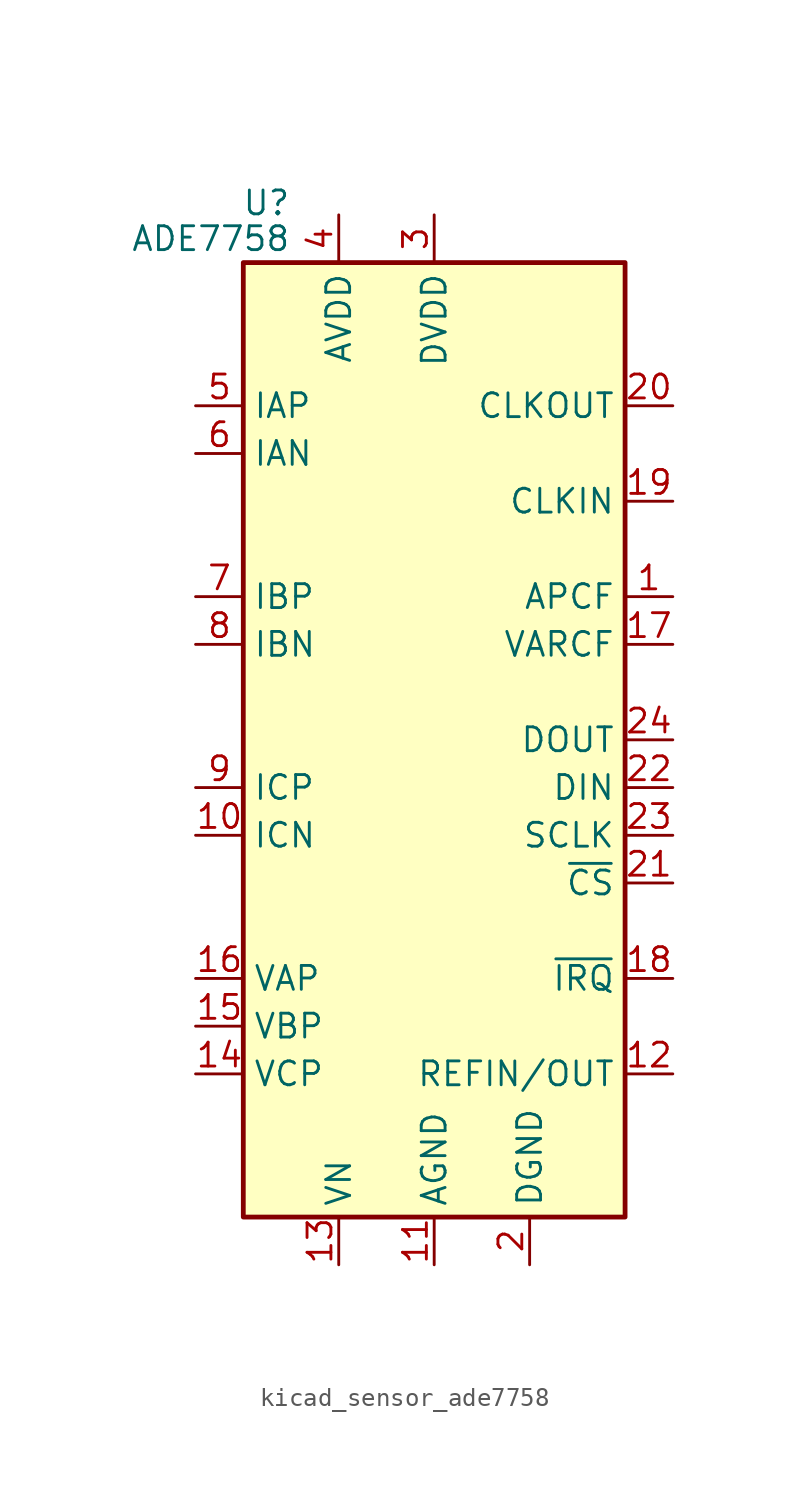
<source format=kicad_sym>
(kicad_symbol_lib
  (version 20220914)
  (generator kicad_symbol_editor)
  (symbol "kicad_sensor_ade7758"
    (property "Reference" "U"
      (at -7.62 28.575 0)
      (effects (font (size 1.27 1.27)) (justify right)))
    (property "Value" "ADE7758"
      (at -7.62 26.67 0)
      (effects (font (size 1.27 1.27)) (justify right)))
    (symbol "kicad_sensor_ade7758_0_1"
      (rectangle (start 10.16 -25.4) (end -10.16 25.4) (stroke (width 0.254) (type default)) (fill (type background))))
    (symbol "kicad_sensor_ade7758_1_1"
      (pin output line (at 12.7 7.62 180) (length 2.54) (name "APCF" (effects (font (size 1.27 1.27)))) (number "1" (effects (font (size 1.27 1.27)))))
      (pin input line (at -12.7 -5.08 0) (length 2.54) (name "ICN" (effects (font (size 1.27 1.27)))) (number "10" (effects (font (size 1.27 1.27)))))
      (pin power_in line (at 0 -27.94 90) (length 2.54) (name "AGND" (effects (font (size 1.27 1.27)))) (number "11" (effects (font (size 1.27 1.27)))))
      (pin input line (at 12.7 -17.78 180) (length 2.54) (name "REFIN/OUT" (effects (font (size 1.27 1.27)))) (number "12" (effects (font (size 1.27 1.27)))))
      (pin power_in line (at -5.08 -27.94 90) (length 2.54) (name "VN" (effects (font (size 1.27 1.27)))) (number "13" (effects (font (size 1.27 1.27)))))
      (pin input line (at -12.7 -17.78 0) (length 2.54) (name "VCP" (effects (font (size 1.27 1.27)))) (number "14" (effects (font (size 1.27 1.27)))))
      (pin input line (at -12.7 -15.24 0) (length 2.54) (name "VBP" (effects (font (size 1.27 1.27)))) (number "15" (effects (font (size 1.27 1.27)))))
      (pin input line (at -12.7 -12.7 0) (length 2.54) (name "VAP" (effects (font (size 1.27 1.27)))) (number "16" (effects (font (size 1.27 1.27)))))
      (pin output line (at 12.7 5.08 180) (length 2.54) (name "VARCF" (effects (font (size 1.27 1.27)))) (number "17" (effects (font (size 1.27 1.27)))))
      (pin open_collector line (at 12.7 -12.7 180) (length 2.54) (name "~{IRQ}" (effects (font (size 1.27 1.27)))) (number "18" (effects (font (size 1.27 1.27)))))
      (pin input line (at 12.7 12.7 180) (length 2.54) (name "CLKIN" (effects (font (size 1.27 1.27)))) (number "19" (effects (font (size 1.27 1.27)))))
      (pin power_in line (at 5.08 -27.94 90) (length 2.54) (name "DGND" (effects (font (size 1.27 1.27)))) (number "2" (effects (font (size 1.27 1.27)))))
      (pin output line (at 12.7 17.78 180) (length 2.54) (name "CLKOUT" (effects (font (size 1.27 1.27)))) (number "20" (effects (font (size 1.27 1.27)))))
      (pin input line (at 12.7 -7.62 180) (length 2.54) (name "~{CS}" (effects (font (size 1.27 1.27)))) (number "21" (effects (font (size 1.27 1.27)))))
      (pin input line (at 12.7 -2.54 180) (length 2.54) (name "DIN" (effects (font (size 1.27 1.27)))) (number "22" (effects (font (size 1.27 1.27)))))
      (pin input line (at 12.7 -5.08 180) (length 2.54) (name "SCLK" (effects (font (size 1.27 1.27)))) (number "23" (effects (font (size 1.27 1.27)))))
      (pin output line (at 12.7 0 180) (length 2.54) (name "DOUT" (effects (font (size 1.27 1.27)))) (number "24" (effects (font (size 1.27 1.27)))))
      (pin power_in line (at 0 27.94 270) (length 2.54) (name "DVDD" (effects (font (size 1.27 1.27)))) (number "3" (effects (font (size 1.27 1.27)))))
      (pin power_in line (at -5.08 27.94 270) (length 2.54) (name "AVDD" (effects (font (size 1.27 1.27)))) (number "4" (effects (font (size 1.27 1.27)))))
      (pin input line (at -12.7 17.78 0) (length 2.54) (name "IAP" (effects (font (size 1.27 1.27)))) (number "5" (effects (font (size 1.27 1.27)))))
      (pin input line (at -12.7 15.24 0) (length 2.54) (name "IAN" (effects (font (size 1.27 1.27)))) (number "6" (effects (font (size 1.27 1.27)))))
      (pin input line (at -12.7 7.62 0) (length 2.54) (name "IBP" (effects (font (size 1.27 1.27)))) (number "7" (effects (font (size 1.27 1.27)))))
      (pin input line (at -12.7 5.08 0) (length 2.54) (name "IBN" (effects (font (size 1.27 1.27)))) (number "8" (effects (font (size 1.27 1.27)))))
      (pin input line (at -12.7 -2.54 0) (length 2.54) (name "ICP" (effects (font (size 1.27 1.27)))) (number "9" (effects (font (size 1.27 1.27))))))))
</source>
